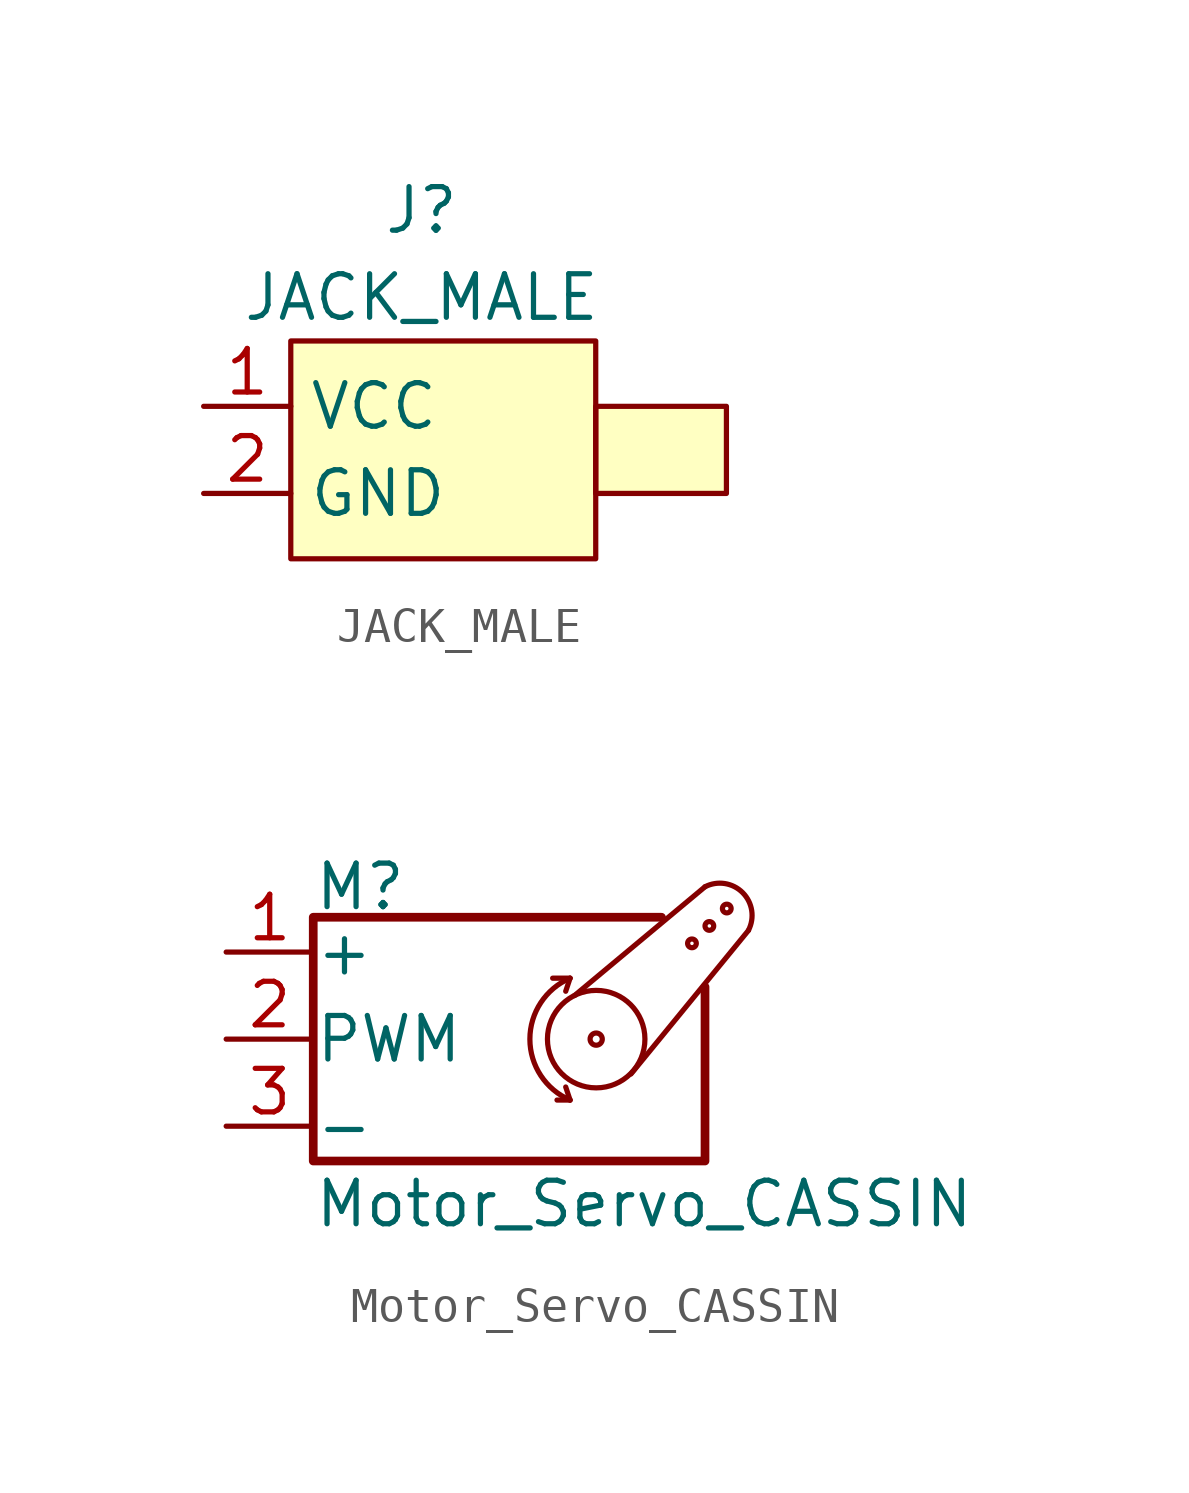
<source format=kicad_sym>
(kicad_symbol_lib
  (version 20211014)
  (generator kicad_symbol_editor)
  (symbol "JACK_MALE"
    (property "Reference" "J"
      (at 0 6.985 0)
      (effects (font (size 1.27 1.27))))
    (property "Value" "JACK_MALE"
      (at 0 4.445 0)
      (effects (font (size 1.27 1.27))))
    (symbol "JACK_MALE_0_1"
      (rectangle (start -3.81 3.175) (end 5.08 -3.175) (stroke (width 0) (type default) (color 0 0 0 0)) (fill (type background)))
      (rectangle (start 5.08 1.27) (end 8.89 -1.27) (stroke (width 0) (type default) (color 0 0 0 0)) (fill (type background))))
    (symbol "JACK_MALE_1_1"
      (pin power_in line (at -6.35 1.27 0) (length 2.54) (name "VCC" (effects (font (size 1.27 1.27)))) (number "1" (effects (font (size 1.27 1.27)))))
      (pin power_in line (at -6.35 -1.27 0) (length 2.54) (name "GND" (effects (font (size 1.27 1.27)))) (number "2" (effects (font (size 1.27 1.27)))))))
  (symbol "Motor_Servo_CASSIN"
    (pin_names
      (offset 0.025))
    (property "Reference" "M"
      (at -5.08 4.445 0)
      (effects (font (size 1.27 1.27)) (justify left)))
    (property "Value" "Motor_Servo_CASSIN"
      (at -5.08 -4.064 0)
      (effects (font (size 1.27 1.27)) (justify left top)))
    (symbol "Motor_Servo_CASSIN_0_1"
      (polyline (pts (xy 2.413 -1.778) (xy 2.032 -1.778)) (stroke (width 0) (type default) (color 0 0 0 0)) (fill (type none)))
      (polyline (pts (xy 2.413 -1.778) (xy 2.286 -1.397)) (stroke (width 0) (type default) (color 0 0 0 0)) (fill (type none)))
      (polyline (pts (xy 2.413 1.778) (xy 1.905 1.778)) (stroke (width 0) (type default) (color 0 0 0 0)) (fill (type none)))
      (polyline (pts (xy 2.413 1.778) (xy 2.286 1.397)) (stroke (width 0) (type default) (color 0 0 0 0)) (fill (type none)))
      (polyline (pts (xy 6.35 4.445) (xy 2.54 1.27)) (stroke (width 0) (type default) (color 0 0 0 0)) (fill (type none)))
      (polyline (pts (xy 7.62 3.175) (xy 4.191 -1.016)) (stroke (width 0) (type default) (color 0 0 0 0)) (fill (type none)))
      (polyline (pts (xy 5.08 3.556) (xy -5.08 3.556) (xy -5.08 -3.556) (xy 6.35 -3.556) (xy 6.35 1.524)) (stroke (width 0.254) (type default) (color 0 0 0 0)) (fill (type none)))
      (arc (start 2.413 1.778) (mid 1.2406 0) (end 2.413 -1.778) (stroke (width 0) (type default) (color 0 0 0 0)) (fill (type none)))
      (circle (center 3.175 0) (radius 0.178) (stroke (width 0) (type default) (color 0 0 0 0)) (fill (type none)))
      (circle (center 3.175 0) (radius 1.422) (stroke (width 0) (type default) (color 0 0 0 0)) (fill (type none)))
      (circle (center 5.969 2.794) (radius 0.127) (stroke (width 0) (type default) (color 0 0 0 0)) (fill (type none)))
      (circle (center 6.477 3.302) (radius 0.127) (stroke (width 0) (type default) (color 0 0 0 0)) (fill (type none)))
      (circle (center 6.985 3.81) (radius 0.127) (stroke (width 0) (type default) (color 0 0 0 0)) (fill (type none)))
      (arc (start 7.62 3.175) (mid 7.4485 4.2735) (end 6.35 4.445) (stroke (width 0) (type default) (color 0 0 0 0)) (fill (type none))))
    (symbol "Motor_Servo_CASSIN_1_1"
      (pin passive line (at -7.62 2.54 0) (length 2.54) (name "+" (effects (font (size 1.27 1.27)))) (number "1" (effects (font (size 1.27 1.27)))))
      (pin passive line (at -7.62 0 0) (length 2.54) (name "PWM" (effects (font (size 1.27 1.27)))) (number "2" (effects (font (size 1.27 1.27)))))
      (pin passive line (at -7.62 -2.54 0) (length 2.54) (name "-" (effects (font (size 1.27 1.27)))) (number "3" (effects (font (size 1.27 1.27))))))))
</source>
